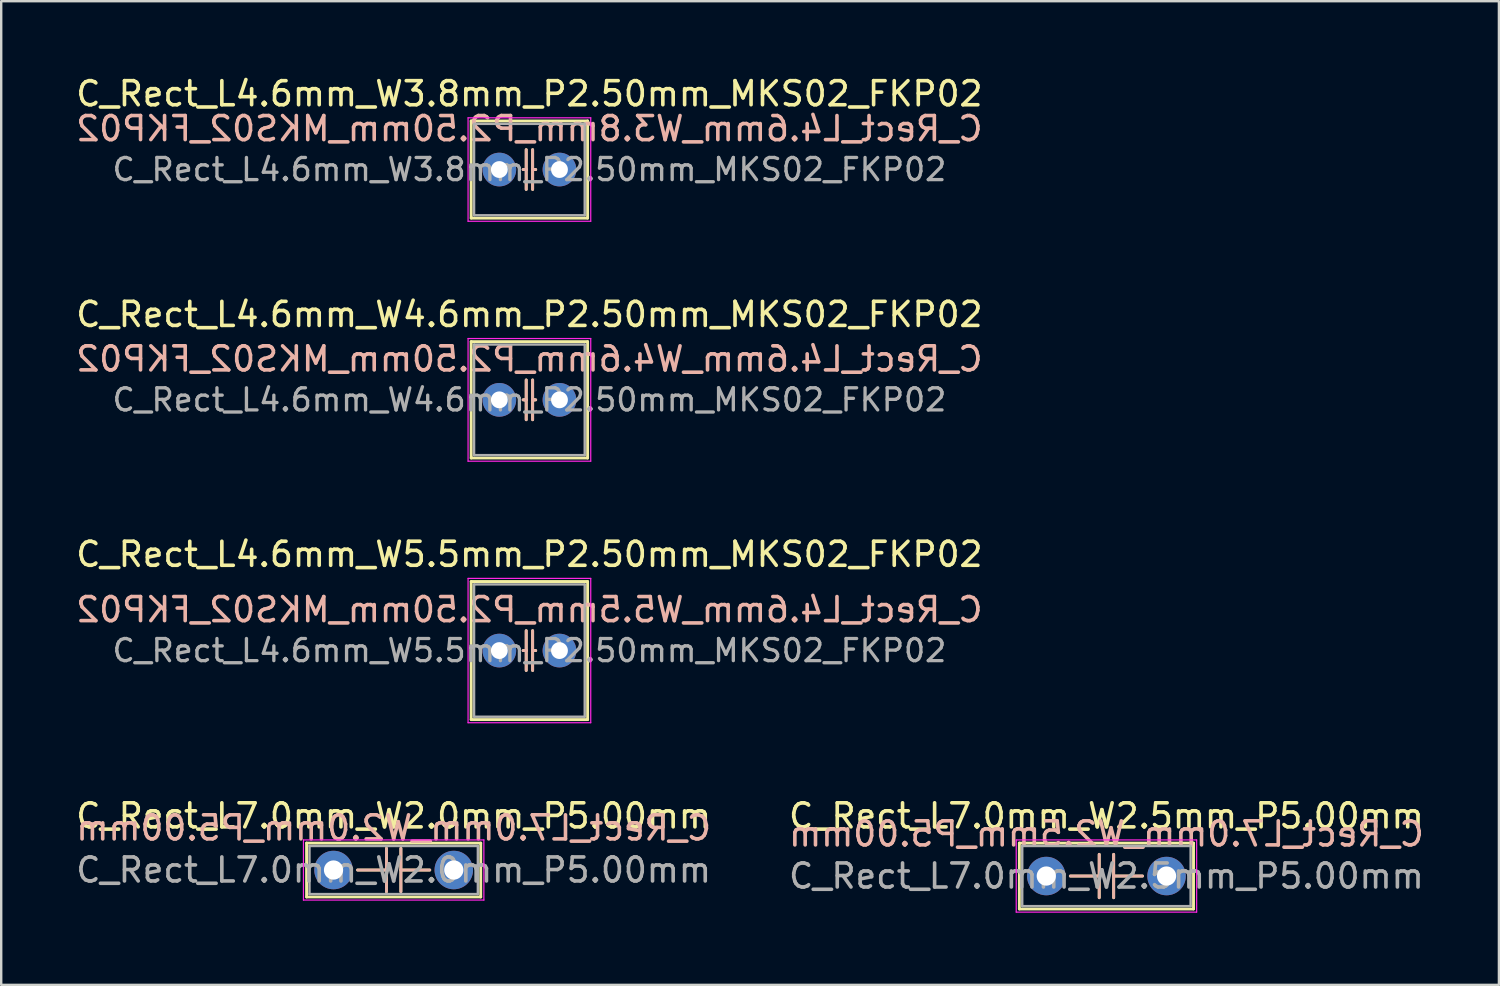
<source format=kicad_pcb>
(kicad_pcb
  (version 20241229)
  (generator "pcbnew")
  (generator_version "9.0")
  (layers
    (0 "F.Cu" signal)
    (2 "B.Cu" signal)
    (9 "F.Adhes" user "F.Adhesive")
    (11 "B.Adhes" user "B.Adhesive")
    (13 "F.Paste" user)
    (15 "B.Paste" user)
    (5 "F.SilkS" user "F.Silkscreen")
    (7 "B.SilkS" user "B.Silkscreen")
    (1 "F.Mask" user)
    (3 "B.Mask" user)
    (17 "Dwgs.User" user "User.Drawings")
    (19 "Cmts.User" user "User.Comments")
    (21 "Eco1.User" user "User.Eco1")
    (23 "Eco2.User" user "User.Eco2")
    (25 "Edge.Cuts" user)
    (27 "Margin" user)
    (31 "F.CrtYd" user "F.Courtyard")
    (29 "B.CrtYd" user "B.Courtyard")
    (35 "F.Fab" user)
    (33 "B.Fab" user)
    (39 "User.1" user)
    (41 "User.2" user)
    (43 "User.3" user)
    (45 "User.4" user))
  (footprint "C_Rect_L7.0mm_W2.0mm_P5.00mm"
    (layer "F.Cu")
    (at 10.815 33.118)
    (property "Reference" "C_Rect_L7.0mm_W2.0mm_P5.00mm" (at 2.5 -2.25 0) (layer "F.SilkS") (effects (font (size 1 1) (thickness 0.15))))
    (fp_line (start -1.12 -1.12) (end -1.12 1.12) (stroke (width 0.12) (type solid)) (layer "F.SilkS"))
    (fp_line (start -1.12 -1.12) (end 6.12 -1.12) (stroke (width 0.12) (type solid)) (layer "F.SilkS"))
    (fp_line (start -1.12 1.12) (end 6.12 1.12) (stroke (width 0.12) (type solid)) (layer "F.SilkS"))
    (fp_line (start 1 0) (end 2.2 0) (stroke (width 0.12) (type solid)) (layer "F.SilkS"))
    (fp_line (start 2.2 -0.9) (end 2.2 0.9) (stroke (width 0.12) (type solid)) (layer "F.SilkS"))
    (fp_line (start 2.8 -0.9) (end 2.8 0.9) (stroke (width 0.12) (type solid)) (layer "F.SilkS"))
    (fp_line (start 4 0) (end 2.8 0) (stroke (width 0.12) (type solid)) (layer "F.SilkS"))
    (fp_line (start 6.12 -1.12) (end 6.12 1.12) (stroke (width 0.12) (type solid)) (layer "F.SilkS"))
    (fp_line (start 1 0) (end 2.2 0) (stroke (width 0.12) (type solid)) (layer "B.SilkS"))
    (fp_line (start 2.2 0.9) (end 2.2 -0.9) (stroke (width 0.12) (type solid)) (layer "B.SilkS"))
    (fp_line (start 2.8 0.9) (end 2.8 -0.9) (stroke (width 0.12) (type solid)) (layer "B.SilkS"))
    (fp_line (start 4 0) (end 2.8 0) (stroke (width 0.12) (type solid)) (layer "B.SilkS"))
    (fp_line (start -1.25 -1.25) (end -1.25 1.25) (stroke (width 0.05) (type solid)) (layer "F.CrtYd"))
    (fp_line (start -1.25 1.25) (end 6.25 1.25) (stroke (width 0.05) (type solid)) (layer "F.CrtYd"))
    (fp_line (start 6.25 -1.25) (end -1.25 -1.25) (stroke (width 0.05) (type solid)) (layer "F.CrtYd"))
    (fp_line (start 6.25 1.25) (end 6.25 -1.25) (stroke (width 0.05) (type solid)) (layer "F.CrtYd"))
    (fp_line (start -1 -1) (end -1 1) (stroke (width 0.1) (type solid)) (layer "F.Fab"))
    (fp_line (start -1 1) (end 6 1) (stroke (width 0.1) (type solid)) (layer "F.Fab"))
    (fp_line (start 6 -1) (end -1 -1) (stroke (width 0.1) (type solid)) (layer "F.Fab"))
    (fp_line (start 6 1) (end 6 -1) (stroke (width 0.1) (type solid)) (layer "F.Fab"))
    (fp_text user "${REFERENCE}" (at 2.5 -1.75 0) (layer "B.SilkS") (effects (font (size 1 1) (thickness 0.15)) (justify mirror)))
    (fp_text user "${REFERENCE}" (at 2.5 0 0) (layer "F.Fab") (effects (font (size 1 1) (thickness 0.15))))
    (pad "1" thru_hole circle (at 0 0) (size 1.6 1.6) (drill 0.8) (layers "*.Cu" "*.Mask"))
    (pad "2" thru_hole circle (at 5 0) (size 1.6 1.6) (drill 0.8) (layers "*.Cu" "*.Mask")))
  (footprint "C_Rect_L4.6mm_W3.8mm_P2.50mm_MKS02_FKP02"
    (layer "F.Cu")
    (at 17.708 3.998)
    (property "Reference" "C_Rect_L4.6mm_W3.8mm_P2.50mm_MKS02_FKP02" (at 1.25 -3.15 0) (layer "F.SilkS") (effects (font (size 1 1) (thickness 0.15))))
    (fp_line (start -1.17 -2.02) (end -1.17 2.02) (stroke (width 0.12) (type solid)) (layer "F.SilkS"))
    (fp_line (start -1.17 -2.02) (end 3.67 -2.02) (stroke (width 0.12) (type solid)) (layer "F.SilkS"))
    (fp_line (start -1.17 2.02) (end 3.67 2.02) (stroke (width 0.12) (type solid)) (layer "F.SilkS"))
    (fp_line (start 0.991 0) (end 1.054 0) (stroke (width 0.12) (type solid)) (layer "F.SilkS"))
    (fp_line (start 1.054 0) (end 1.118 0) (stroke (width 0.12) (type solid)) (layer "F.SilkS"))
    (fp_line (start 1.118 0) (end 1.118 -0.826) (stroke (width 0.12) (type solid)) (layer "F.SilkS"))
    (fp_line (start 1.118 0.826) (end 1.118 0) (stroke (width 0.12) (type solid)) (layer "F.SilkS"))
    (fp_line (start 1.384 0) (end 1.384 -0.826) (stroke (width 0.12) (type solid)) (layer "F.SilkS"))
    (fp_line (start 1.384 0.826) (end 1.384 0) (stroke (width 0.12) (type solid)) (layer "F.SilkS"))
    (fp_line (start 1.448 0) (end 1.384 0) (stroke (width 0.12) (type solid)) (layer "F.SilkS"))
    (fp_line (start 1.511 0) (end 1.448 0) (stroke (width 0.12) (type solid)) (layer "F.SilkS"))
    (fp_line (start 3.67 -2.02) (end 3.67 2.02) (stroke (width 0.12) (type solid)) (layer "F.SilkS"))
    (fp_line (start 0.99 0) (end 1.054 0) (stroke (width 0.12) (type solid)) (layer "B.SilkS"))
    (fp_line (start 1.054 0) (end 1.117 0) (stroke (width 0.12) (type solid)) (layer "B.SilkS"))
    (fp_line (start 1.117 -0.826) (end 1.117 0) (stroke (width 0.12) (type solid)) (layer "B.SilkS"))
    (fp_line (start 1.117 0) (end 1.117 0.826) (stroke (width 0.12) (type solid)) (layer "B.SilkS"))
    (fp_line (start 1.384 -0.826) (end 1.384 0) (stroke (width 0.12) (type solid)) (layer "B.SilkS"))
    (fp_line (start 1.384 0) (end 1.384 0.826) (stroke (width 0.12) (type solid)) (layer "B.SilkS"))
    (fp_line (start 1.447 0) (end 1.384 0) (stroke (width 0.12) (type solid)) (layer "B.SilkS"))
    (fp_line (start 1.511 0) (end 1.447 0) (stroke (width 0.12) (type solid)) (layer "B.SilkS"))
    (fp_line (start -1.3 -2.15) (end -1.3 2.15) (stroke (width 0.05) (type solid)) (layer "F.CrtYd"))
    (fp_line (start -1.3 2.15) (end 3.8 2.15) (stroke (width 0.05) (type solid)) (layer "F.CrtYd"))
    (fp_line (start 3.8 -2.15) (end -1.3 -2.15) (stroke (width 0.05) (type solid)) (layer "F.CrtYd"))
    (fp_line (start 3.8 2.15) (end 3.8 -2.15) (stroke (width 0.05) (type solid)) (layer "F.CrtYd"))
    (fp_line (start -1.05 -1.9) (end -1.05 1.9) (stroke (width 0.1) (type solid)) (layer "F.Fab"))
    (fp_line (start -1.05 1.9) (end 3.55 1.9) (stroke (width 0.1) (type solid)) (layer "F.Fab"))
    (fp_line (start 3.55 -1.9) (end -1.05 -1.9) (stroke (width 0.1) (type solid)) (layer "F.Fab"))
    (fp_line (start 3.55 1.9) (end 3.55 -1.9) (stroke (width 0.1) (type solid)) (layer "F.Fab"))
    (fp_text user "${REFERENCE}" (at 1.25 -1.7 0) (layer "B.SilkS") (effects (font (size 1 1) (thickness 0.15)) (justify mirror)))
    (fp_text user "${REFERENCE}" (at 1.25 0 0) (layer "F.Fab") (effects (font (size 0.92 0.92) (thickness 0.138))))
    (pad "1" thru_hole circle (at 0 0) (size 1.4 1.4) (drill 0.7) (layers "*.Cu" "*.Mask"))
    (pad "2" thru_hole circle (at 2.5 0) (size 1.4 1.4) (drill 0.7) (layers "*.Cu" "*.Mask")))
  (footprint "C_Rect_L4.6mm_W4.6mm_P2.50mm_MKS02_FKP02"
    (layer "F.Cu")
    (at 17.708 13.572)
    (property "Reference" "C_Rect_L4.6mm_W4.6mm_P2.50mm_MKS02_FKP02" (at 1.25 -3.55 0) (layer "F.SilkS") (effects (font (size 1 1) (thickness 0.15))))
    (fp_line (start -1.17 -2.42) (end -1.17 2.42) (stroke (width 0.12) (type solid)) (layer "F.SilkS"))
    (fp_line (start -1.17 -2.42) (end 3.67 -2.42) (stroke (width 0.12) (type solid)) (layer "F.SilkS"))
    (fp_line (start -1.17 2.42) (end 3.67 2.42) (stroke (width 0.12) (type solid)) (layer "F.SilkS"))
    (fp_line (start 0.991 0) (end 1.054 0) (stroke (width 0.12) (type solid)) (layer "F.SilkS"))
    (fp_line (start 1.054 0) (end 1.118 0) (stroke (width 0.12) (type solid)) (layer "F.SilkS"))
    (fp_line (start 1.118 0) (end 1.118 -0.826) (stroke (width 0.12) (type solid)) (layer "F.SilkS"))
    (fp_line (start 1.118 0.826) (end 1.118 0) (stroke (width 0.12) (type solid)) (layer "F.SilkS"))
    (fp_line (start 1.384 0) (end 1.384 -0.826) (stroke (width 0.12) (type solid)) (layer "F.SilkS"))
    (fp_line (start 1.384 0.826) (end 1.384 0) (stroke (width 0.12) (type solid)) (layer "F.SilkS"))
    (fp_line (start 1.448 0) (end 1.384 0) (stroke (width 0.12) (type solid)) (layer "F.SilkS"))
    (fp_line (start 1.511 0) (end 1.448 0) (stroke (width 0.12) (type solid)) (layer "F.SilkS"))
    (fp_line (start 3.67 -2.42) (end 3.67 2.42) (stroke (width 0.12) (type solid)) (layer "F.SilkS"))
    (fp_line (start 0.99 0) (end 1.054 0) (stroke (width 0.12) (type solid)) (layer "B.SilkS"))
    (fp_line (start 1.054 0) (end 1.117 0) (stroke (width 0.12) (type solid)) (layer "B.SilkS"))
    (fp_line (start 1.117 -0.826) (end 1.117 0) (stroke (width 0.12) (type solid)) (layer "B.SilkS"))
    (fp_line (start 1.117 0) (end 1.117 0.826) (stroke (width 0.12) (type solid)) (layer "B.SilkS"))
    (fp_line (start 1.384 -0.826) (end 1.384 0) (stroke (width 0.12) (type solid)) (layer "B.SilkS"))
    (fp_line (start 1.384 0) (end 1.384 0.826) (stroke (width 0.12) (type solid)) (layer "B.SilkS"))
    (fp_line (start 1.447 0) (end 1.384 0) (stroke (width 0.12) (type solid)) (layer "B.SilkS"))
    (fp_line (start 1.511 0) (end 1.447 0) (stroke (width 0.12) (type solid)) (layer "B.SilkS"))
    (fp_line (start -1.3 -2.55) (end -1.3 2.55) (stroke (width 0.05) (type solid)) (layer "F.CrtYd"))
    (fp_line (start -1.3 2.55) (end 3.8 2.55) (stroke (width 0.05) (type solid)) (layer "F.CrtYd"))
    (fp_line (start 3.8 -2.55) (end -1.3 -2.55) (stroke (width 0.05) (type solid)) (layer "F.CrtYd"))
    (fp_line (start 3.8 2.55) (end 3.8 -2.55) (stroke (width 0.05) (type solid)) (layer "F.CrtYd"))
    (fp_line (start -1.05 -2.3) (end -1.05 2.3) (stroke (width 0.1) (type solid)) (layer "F.Fab"))
    (fp_line (start -1.05 2.3) (end 3.55 2.3) (stroke (width 0.1) (type solid)) (layer "F.Fab"))
    (fp_line (start 3.55 -2.3) (end -1.05 -2.3) (stroke (width 0.1) (type solid)) (layer "F.Fab"))
    (fp_line (start 3.55 2.3) (end 3.55 -2.3) (stroke (width 0.1) (type solid)) (layer "F.Fab"))
    (fp_text user "${REFERENCE}" (at 1.25 -1.7 0) (layer "B.SilkS") (effects (font (size 1 1) (thickness 0.15)) (justify mirror)))
    (fp_text user "${REFERENCE}" (at 1.25 0 0) (layer "F.Fab") (effects (font (size 0.92 0.92) (thickness 0.138))))
    (pad "1" thru_hole circle (at 0 0) (size 1.4 1.4) (drill 0.7) (layers "*.Cu" "*.Mask"))
    (pad "2" thru_hole circle (at 2.5 0) (size 1.4 1.4) (drill 0.7) (layers "*.Cu" "*.Mask")))
  (footprint "C_Rect_L7.0mm_W2.5mm_P5.00mm"
    (layer "F.Cu")
    (at 40.446 33.368)
    (property "Reference" "C_Rect_L7.0mm_W2.5mm_P5.00mm" (at 2.5 -2.5 0) (layer "F.SilkS") (effects (font (size 1 1) (thickness 0.15))))
    (fp_line (start -1.12 -1.37) (end -1.12 1.37) (stroke (width 0.12) (type solid)) (layer "F.SilkS"))
    (fp_line (start -1.12 -1.37) (end 6.12 -1.37) (stroke (width 0.12) (type solid)) (layer "F.SilkS"))
    (fp_line (start -1.12 1.37) (end 6.12 1.37) (stroke (width 0.12) (type solid)) (layer "F.SilkS"))
    (fp_line (start 1 0) (end 2.2 0) (stroke (width 0.12) (type solid)) (layer "F.SilkS"))
    (fp_line (start 2.2 -0.9) (end 2.2 0.9) (stroke (width 0.12) (type solid)) (layer "F.SilkS"))
    (fp_line (start 2.8 -0.9) (end 2.8 0.9) (stroke (width 0.12) (type solid)) (layer "F.SilkS"))
    (fp_line (start 4 0) (end 2.8 0) (stroke (width 0.12) (type solid)) (layer "F.SilkS"))
    (fp_line (start 6.12 -1.37) (end 6.12 1.37) (stroke (width 0.12) (type solid)) (layer "F.SilkS"))
    (fp_line (start 1 0) (end 2.2 0) (stroke (width 0.12) (type solid)) (layer "B.SilkS"))
    (fp_line (start 2.2 0.9) (end 2.2 -0.9) (stroke (width 0.12) (type solid)) (layer "B.SilkS"))
    (fp_line (start 2.8 0.9) (end 2.8 -0.9) (stroke (width 0.12) (type solid)) (layer "B.SilkS"))
    (fp_line (start 4 0) (end 2.8 0) (stroke (width 0.12) (type solid)) (layer "B.SilkS"))
    (fp_line (start -1.25 -1.5) (end -1.25 1.5) (stroke (width 0.05) (type solid)) (layer "F.CrtYd"))
    (fp_line (start -1.25 1.5) (end 6.25 1.5) (stroke (width 0.05) (type solid)) (layer "F.CrtYd"))
    (fp_line (start 6.25 -1.5) (end -1.25 -1.5) (stroke (width 0.05) (type solid)) (layer "F.CrtYd"))
    (fp_line (start 6.25 1.5) (end 6.25 -1.5) (stroke (width 0.05) (type solid)) (layer "F.CrtYd"))
    (fp_line (start -1 -1.25) (end -1 1.25) (stroke (width 0.1) (type solid)) (layer "F.Fab"))
    (fp_line (start -1 1.25) (end 6 1.25) (stroke (width 0.1) (type solid)) (layer "F.Fab"))
    (fp_line (start 6 -1.25) (end -1 -1.25) (stroke (width 0.1) (type solid)) (layer "F.Fab"))
    (fp_line (start 6 1.25) (end 6 -1.25) (stroke (width 0.1) (type solid)) (layer "F.Fab"))
    (fp_text user "${REFERENCE}" (at 2.5 -1.75 0) (layer "B.SilkS") (effects (font (size 1 1) (thickness 0.15)) (justify mirror)))
    (fp_text user "${REFERENCE}" (at 2.5 0 0) (layer "F.Fab") (effects (font (size 1 1) (thickness 0.15))))
    (pad "1" thru_hole circle (at 0 0) (size 1.6 1.6) (drill 0.8) (layers "*.Cu" "*.Mask"))
    (pad "2" thru_hole circle (at 5 0) (size 1.6 1.6) (drill 0.8) (layers "*.Cu" "*.Mask")))
  (footprint "C_Rect_L4.6mm_W5.5mm_P2.50mm_MKS02_FKP02"
    (layer "F.Cu")
    (at 17.708 23.995)
    (property "Reference" "C_Rect_L4.6mm_W5.5mm_P2.50mm_MKS02_FKP02" (at 1.25 -4 0) (layer "F.SilkS") (effects (font (size 1 1) (thickness 0.15))))
    (fp_line (start -1.17 -2.87) (end -1.17 2.87) (stroke (width 0.12) (type solid)) (layer "F.SilkS"))
    (fp_line (start -1.17 -2.87) (end 3.67 -2.87) (stroke (width 0.12) (type solid)) (layer "F.SilkS"))
    (fp_line (start -1.17 2.87) (end 3.67 2.87) (stroke (width 0.12) (type solid)) (layer "F.SilkS"))
    (fp_line (start 0.991 0) (end 1.054 0) (stroke (width 0.12) (type solid)) (layer "F.SilkS"))
    (fp_line (start 1.054 0) (end 1.118 0) (stroke (width 0.12) (type solid)) (layer "F.SilkS"))
    (fp_line (start 1.118 0) (end 1.118 -0.826) (stroke (width 0.12) (type solid)) (layer "F.SilkS"))
    (fp_line (start 1.118 0.826) (end 1.118 0) (stroke (width 0.12) (type solid)) (layer "F.SilkS"))
    (fp_line (start 1.384 0) (end 1.384 -0.826) (stroke (width 0.12) (type solid)) (layer "F.SilkS"))
    (fp_line (start 1.384 0.826) (end 1.384 0) (stroke (width 0.12) (type solid)) (layer "F.SilkS"))
    (fp_line (start 1.448 0) (end 1.384 0) (stroke (width 0.12) (type solid)) (layer "F.SilkS"))
    (fp_line (start 1.511 0) (end 1.448 0) (stroke (width 0.12) (type solid)) (layer "F.SilkS"))
    (fp_line (start 3.67 -2.87) (end 3.67 2.87) (stroke (width 0.12) (type solid)) (layer "F.SilkS"))
    (fp_line (start 0.99 0) (end 1.054 0) (stroke (width 0.12) (type solid)) (layer "B.SilkS"))
    (fp_line (start 1.054 0) (end 1.117 0) (stroke (width 0.12) (type solid)) (layer "B.SilkS"))
    (fp_line (start 1.117 -0.826) (end 1.117 0) (stroke (width 0.12) (type solid)) (layer "B.SilkS"))
    (fp_line (start 1.117 0) (end 1.117 0.826) (stroke (width 0.12) (type solid)) (layer "B.SilkS"))
    (fp_line (start 1.384 -0.826) (end 1.384 0) (stroke (width 0.12) (type solid)) (layer "B.SilkS"))
    (fp_line (start 1.384 0) (end 1.384 0.826) (stroke (width 0.12) (type solid)) (layer "B.SilkS"))
    (fp_line (start 1.447 0) (end 1.384 0) (stroke (width 0.12) (type solid)) (layer "B.SilkS"))
    (fp_line (start 1.511 0) (end 1.447 0) (stroke (width 0.12) (type solid)) (layer "B.SilkS"))
    (fp_line (start -1.3 -3) (end -1.3 3) (stroke (width 0.05) (type solid)) (layer "F.CrtYd"))
    (fp_line (start -1.3 3) (end 3.8 3) (stroke (width 0.05) (type solid)) (layer "F.CrtYd"))
    (fp_line (start 3.8 -3) (end -1.3 -3) (stroke (width 0.05) (type solid)) (layer "F.CrtYd"))
    (fp_line (start 3.8 3) (end 3.8 -3) (stroke (width 0.05) (type solid)) (layer "F.CrtYd"))
    (fp_line (start -1.05 -2.75) (end -1.05 2.75) (stroke (width 0.1) (type solid)) (layer "F.Fab"))
    (fp_line (start -1.05 2.75) (end 3.55 2.75) (stroke (width 0.1) (type solid)) (layer "F.Fab"))
    (fp_line (start 3.55 -2.75) (end -1.05 -2.75) (stroke (width 0.1) (type solid)) (layer "F.Fab"))
    (fp_line (start 3.55 2.75) (end 3.55 -2.75) (stroke (width 0.1) (type solid)) (layer "F.Fab"))
    (fp_text user "${REFERENCE}" (at 1.25 -1.7 0) (layer "B.SilkS") (effects (font (size 1 1) (thickness 0.15)) (justify mirror)))
    (fp_text user "${REFERENCE}" (at 1.25 0 0) (layer "F.Fab") (effects (font (size 0.92 0.92) (thickness 0.138))))
    (pad "1" thru_hole circle (at 0 0) (size 1.4 1.4) (drill 0.7) (layers "*.Cu" "*.Mask"))
    (pad "2" thru_hole circle (at 2.5 0) (size 1.4 1.4) (drill 0.7) (layers "*.Cu" "*.Mask")))
  (gr_rect
    (start -3 -3)
    (end 59.262 37.893)
    (stroke (width 0.1) (type default))
    (fill no)
    (layer "Edge.Cuts")))
</source>
